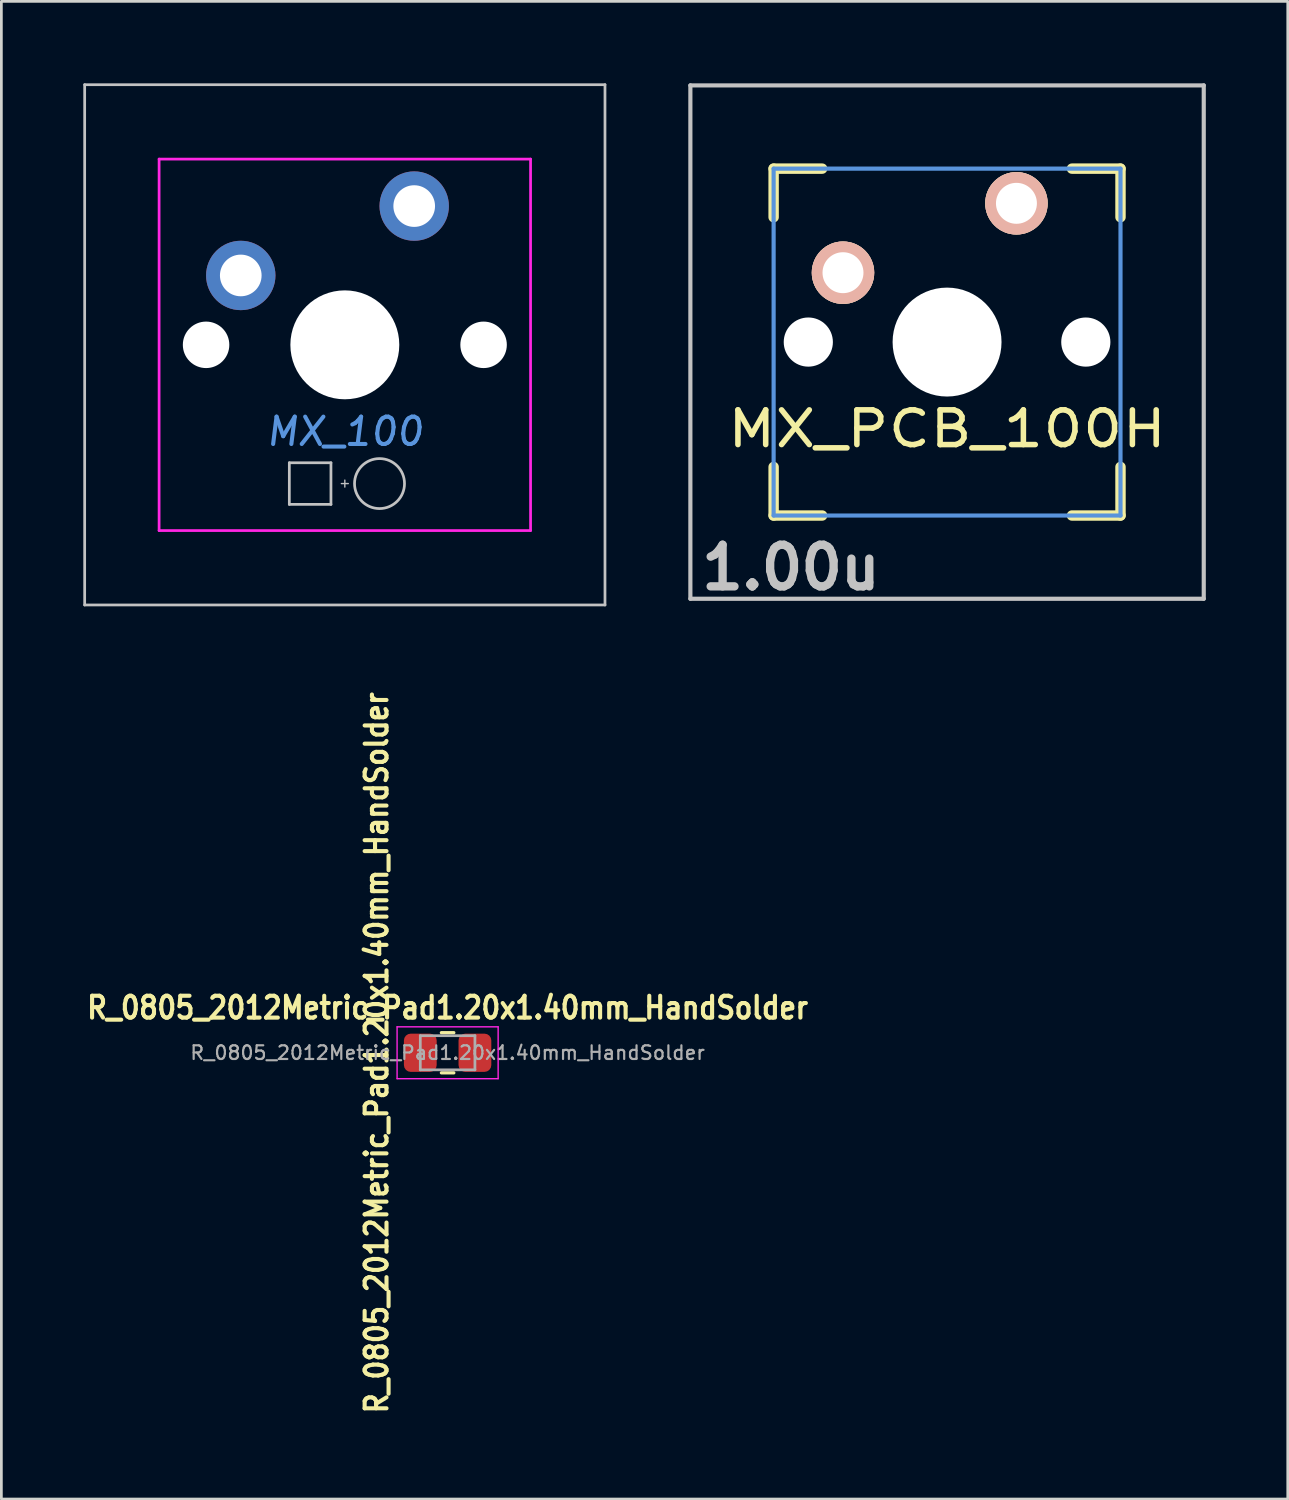
<source format=kicad_pcb>
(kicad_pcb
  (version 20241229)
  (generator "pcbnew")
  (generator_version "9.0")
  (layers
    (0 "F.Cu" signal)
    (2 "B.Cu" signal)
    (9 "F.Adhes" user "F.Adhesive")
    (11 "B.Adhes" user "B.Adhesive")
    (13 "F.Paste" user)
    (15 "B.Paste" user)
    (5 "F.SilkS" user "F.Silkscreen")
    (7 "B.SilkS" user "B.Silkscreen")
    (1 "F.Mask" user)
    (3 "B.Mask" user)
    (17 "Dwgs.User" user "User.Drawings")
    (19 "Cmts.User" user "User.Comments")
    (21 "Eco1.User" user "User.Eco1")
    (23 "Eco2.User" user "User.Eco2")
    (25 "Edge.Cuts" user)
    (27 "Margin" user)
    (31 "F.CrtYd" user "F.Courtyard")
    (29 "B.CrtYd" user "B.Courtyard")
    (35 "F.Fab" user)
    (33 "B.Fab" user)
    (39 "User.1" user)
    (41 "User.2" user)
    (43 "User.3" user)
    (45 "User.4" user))
  (footprint "MX_100"
    (layer "F.Cu")
    (at 9.61 9.448)
    (property "Reference" "MX_100" (at -0.035 3.302 180) (layer "Cmts.User") (effects (font (size 1 1) (thickness 0.15) (italic yes))))
    (attr through_hole)
    (fp_line (start -9.56 -9.398) (end -9.56 9.652) (stroke (width 0.1) (type solid)) (layer "Dwgs.User"))
    (fp_line (start -9.56 9.652) (end 9.49 9.652) (stroke (width 0.1) (type solid)) (layer "Dwgs.User"))
    (fp_line (start -2.067 5.969) (end -2.067 4.445) (stroke (width 0.1) (type solid)) (layer "Dwgs.User"))
    (fp_line (start -2.067 5.969) (end -0.543 5.969) (stroke (width 0.1) (type solid)) (layer "Dwgs.User"))
    (fp_line (start -0.543 4.445) (end -2.067 4.445) (stroke (width 0.1) (type solid)) (layer "Dwgs.User"))
    (fp_line (start -0.543 4.445) (end -0.543 5.969) (stroke (width 0.1) (type solid)) (layer "Dwgs.User"))
    (fp_line (start -0.035 5.08) (end -0.035 5.334) (stroke (width 0.05) (type solid)) (layer "Dwgs.User"))
    (fp_line (start 0.092 5.207) (end -0.162 5.207) (stroke (width 0.05) (type solid)) (layer "Dwgs.User"))
    (fp_line (start 9.49 -9.398) (end -9.56 -9.398) (stroke (width 0.1) (type solid)) (layer "Dwgs.User"))
    (fp_line (start 9.49 9.652) (end 9.49 -9.398) (stroke (width 0.1) (type solid)) (layer "Dwgs.User"))
    (fp_circle (center 1.235 5.207) (end 0.32 5.207) (stroke (width 0.1) (type solid)) (fill no) (layer "Dwgs.User"))
    (fp_line (start -8.036 -5.588) (end -8.036 -3.048) (stroke (width 0.1) (type solid)) (layer "Eco1.User"))
    (fp_line (start -8.036 5.842) (end -8.036 3.302) (stroke (width 0.1) (type solid)) (layer "Eco1.User"))
    (fp_line (start -7.782 -5.842) (end -7.274 -5.842) (stroke (width 0.1) (type solid)) (layer "Eco1.User"))
    (fp_line (start -7.782 -2.794) (end -7.274 -2.794) (stroke (width 0.1) (type solid)) (layer "Eco1.User"))
    (fp_line (start -7.782 3.048) (end -7.274 3.048) (stroke (width 0.1) (type solid)) (layer "Eco1.User"))
    (fp_line (start -7.782 6.096) (end -7.274 6.096) (stroke (width 0.1) (type solid)) (layer "Eco1.User"))
    (fp_line (start -7.02 -6.096) (end -7.02 -6.604) (stroke (width 0.1) (type solid)) (layer "Eco1.User"))
    (fp_line (start -7.02 2.794) (end -7.02 -2.54) (stroke (width 0.1) (type solid)) (layer "Eco1.User"))
    (fp_line (start -7.02 6.35) (end -7.02 6.858) (stroke (width 0.1) (type solid)) (layer "Eco1.User"))
    (fp_line (start -6.766 -6.858) (end 6.696 -6.858) (stroke (width 0.1) (type solid)) (layer "Eco1.User"))
    (fp_line (start -6.766 7.112) (end 6.696 7.112) (stroke (width 0.1) (type solid)) (layer "Eco1.User"))
    (fp_line (start -0.035 -2.159) (end -0.035 2.413) (stroke (width 0.1) (type solid)) (layer "Eco1.User"))
    (fp_line (start 2.124 0.127) (end -2.194 0.127) (stroke (width 0.1) (type solid)) (layer "Eco1.User"))
    (fp_line (start 6.95 -6.096) (end 6.95 -6.604) (stroke (width 0.1) (type solid)) (layer "Eco1.User"))
    (fp_line (start 6.95 -2.54) (end 6.95 2.794) (stroke (width 0.1) (type solid)) (layer "Eco1.User"))
    (fp_line (start 6.95 6.35) (end 6.95 6.858) (stroke (width 0.1) (type solid)) (layer "Eco1.User"))
    (fp_line (start 7.712 -5.842) (end 7.204 -5.842) (stroke (width 0.1) (type solid)) (layer "Eco1.User"))
    (fp_line (start 7.712 -2.794) (end 7.204 -2.794) (stroke (width 0.1) (type solid)) (layer "Eco1.User"))
    (fp_line (start 7.712 3.048) (end 7.204 3.048) (stroke (width 0.1) (type solid)) (layer "Eco1.User"))
    (fp_line (start 7.712 6.096) (end 7.204 6.096) (stroke (width 0.1) (type solid)) (layer "Eco1.User"))
    (fp_line (start 7.966 -5.588) (end 7.966 -3.048) (stroke (width 0.1) (type solid)) (layer "Eco1.User"))
    (fp_line (start 7.966 5.842) (end 7.966 3.302) (stroke (width 0.1) (type solid)) (layer "Eco1.User"))
    (fp_arc (start -8.0356 -5.5877) (mid -7.961205 -5.767305) (end -7.7816 -5.8417) (stroke (width 0.1) (type solid)) (layer "Eco1.User"))
    (fp_arc (start -8.0356 3.3023) (mid -7.961205 3.122695) (end -7.7816 3.0483) (stroke (width 0.1) (type solid)) (layer "Eco1.User"))
    (fp_arc (start -7.7816 -2.7937) (mid -7.961205 -2.868095) (end -8.0356 -3.0477) (stroke (width 0.1) (type solid)) (layer "Eco1.User"))
    (fp_arc (start -7.7816 6.0963) (mid -7.961205 6.021905) (end -8.0356 5.8423) (stroke (width 0.1) (type solid)) (layer "Eco1.User"))
    (fp_arc (start -7.2736 -2.7937) (mid -7.093995 -2.719305) (end -7.0196 -2.5397) (stroke (width 0.1) (type solid)) (layer "Eco1.User"))
    (fp_arc (start -7.2736 6.0963) (mid -7.093995 6.170695) (end -7.0196 6.3503) (stroke (width 0.1) (type solid)) (layer "Eco1.User"))
    (fp_arc (start -7.0196 -6.6037) (mid -6.945205 -6.783305) (end -6.7656 -6.8577) (stroke (width 0.1) (type solid)) (layer "Eco1.User"))
    (fp_arc (start -7.0196 -6.0957) (mid -7.093995 -5.916095) (end -7.2736 -5.8417) (stroke (width 0.1) (type solid)) (layer "Eco1.User"))
    (fp_arc (start -7.0196 2.7943) (mid -7.093995 2.973905) (end -7.2736 3.0483) (stroke (width 0.1) (type solid)) (layer "Eco1.User"))
    (fp_arc (start -6.7656 7.1123) (mid -6.945205 7.037905) (end -7.0196 6.8583) (stroke (width 0.1) (type solid)) (layer "Eco1.User"))
    (fp_arc (start 6.6964 -6.8577) (mid 6.876005 -6.783305) (end 6.9504 -6.6037) (stroke (width 0.1) (type solid)) (layer "Eco1.User"))
    (fp_arc (start 6.9504 -2.5397) (mid 7.024795 -2.719305) (end 7.2044 -2.7937) (stroke (width 0.1) (type solid)) (layer "Eco1.User"))
    (fp_arc (start 6.9504 6.3503) (mid 7.024795 6.170695) (end 7.2044 6.0963) (stroke (width 0.1) (type solid)) (layer "Eco1.User"))
    (fp_arc (start 6.9504 6.8583) (mid 6.876005 7.037905) (end 6.6964 7.1123) (stroke (width 0.1) (type solid)) (layer "Eco1.User"))
    (fp_arc (start 7.2044 -5.8417) (mid 7.024795 -5.916095) (end 6.9504 -6.0957) (stroke (width 0.1) (type solid)) (layer "Eco1.User"))
    (fp_arc (start 7.2044 3.0483) (mid 7.024795 2.973905) (end 6.9504 2.7943) (stroke (width 0.1) (type solid)) (layer "Eco1.User"))
    (fp_arc (start 7.7124 -5.8417) (mid 7.892005 -5.767305) (end 7.9664 -5.5877) (stroke (width 0.1) (type solid)) (layer "Eco1.User"))
    (fp_arc (start 7.7124 3.0483) (mid 7.892005 3.122695) (end 7.9664 3.3023) (stroke (width 0.1) (type solid)) (layer "Eco1.User"))
    (fp_arc (start 7.9664 -3.0477) (mid 7.892005 -2.868095) (end 7.7124 -2.7937) (stroke (width 0.1) (type solid)) (layer "Eco1.User"))
    (fp_arc (start 7.9664 5.8423) (mid 7.892005 6.021905) (end 7.7124 6.0963) (stroke (width 0.1) (type solid)) (layer "Eco1.User"))
    (fp_circle (center -0.035 0.127) (end -1.94 0.127) (stroke (width 0.1) (type solid)) (fill no) (layer "Eco1.User"))
    (fp_line (start -6.835 -6.673) (end -6.835 6.927) (stroke (width 0.1) (type solid)) (layer "F.CrtYd"))
    (fp_line (start 6.765 -6.673) (end -6.835 -6.673) (stroke (width 0.1) (type solid)) (layer "F.CrtYd"))
    (fp_line (start 6.765 -6.673) (end 6.765 6.927) (stroke (width 0.1) (type solid)) (layer "F.CrtYd"))
    (fp_line (start 6.765 6.927) (end -6.835 6.927) (stroke (width 0.1) (type solid)) (layer "F.CrtYd"))
    (pad "" np_thru_hole circle (at -5.115 0.127 180) (size 1.702 1.702) (drill 1.702) (layers "*.Cu" "*.Mask"))
    (pad "" np_thru_hole circle (at -0.035 0.127 180) (size 3.988 3.988) (drill 3.988) (layers "*.Cu" "*.Mask"))
    (pad "" np_thru_hole circle (at 5.045 0.127 180) (size 1.702 1.702) (drill 1.702) (layers "*.Cu" "*.Mask"))
    (pad "1" thru_hole circle (at -3.845 -2.413 90) (size 2.54 2.54) (drill 1.525) (layers "*.Cu" "*.Mask"))
    (pad "2" thru_hole circle (at 2.505 -4.953 180) (size 2.54 2.54) (drill 1.525) (layers "*.Cu" "*.Mask")))
  (footprint "MX_PCB_100H"
    (layer "F.Cu")
    (at 31.624 9.474)
    (property "Reference" "MX_PCB_100H" (at 0 3.175 0) (layer "F.SilkS") (effects (font (size 1.27 1.524) (thickness 0.203))))
    (attr through_hole)
    (fp_line (start -6.35 -6.35) (end -4.572 -6.35) (stroke (width 0.381) (type solid)) (layer "F.SilkS"))
    (fp_line (start -6.35 -4.572) (end -6.35 -6.35) (stroke (width 0.381) (type solid)) (layer "F.SilkS"))
    (fp_line (start -6.35 6.35) (end -6.35 4.572) (stroke (width 0.381) (type solid)) (layer "F.SilkS"))
    (fp_line (start -4.572 6.35) (end -6.35 6.35) (stroke (width 0.381) (type solid)) (layer "F.SilkS"))
    (fp_line (start 4.572 -6.35) (end 6.35 -6.35) (stroke (width 0.381) (type solid)) (layer "F.SilkS"))
    (fp_line (start 6.35 -6.35) (end 6.35 -4.572) (stroke (width 0.381) (type solid)) (layer "F.SilkS"))
    (fp_line (start 6.35 4.572) (end 6.35 6.35) (stroke (width 0.381) (type solid)) (layer "F.SilkS"))
    (fp_line (start 6.35 6.35) (end 4.572 6.35) (stroke (width 0.381) (type solid)) (layer "F.SilkS"))
    (fp_line (start -9.398 -9.398) (end 9.398 -9.398) (stroke (width 0.152) (type solid)) (layer "Dwgs.User"))
    (fp_line (start -9.398 9.398) (end -9.398 -9.398) (stroke (width 0.152) (type solid)) (layer "Dwgs.User"))
    (fp_line (start 9.398 -9.398) (end 9.398 9.398) (stroke (width 0.152) (type solid)) (layer "Dwgs.User"))
    (fp_line (start 9.398 9.398) (end -9.398 9.398) (stroke (width 0.152) (type solid)) (layer "Dwgs.User"))
    (fp_line (start -6.35 -6.35) (end 6.35 -6.35) (stroke (width 0.152) (type solid)) (layer "Cmts.User"))
    (fp_line (start -6.35 6.35) (end -6.35 -6.35) (stroke (width 0.152) (type solid)) (layer "Cmts.User"))
    (fp_line (start 6.35 -6.35) (end 6.35 6.35) (stroke (width 0.152) (type solid)) (layer "Cmts.User"))
    (fp_line (start 6.35 6.35) (end -6.35 6.35) (stroke (width 0.152) (type solid)) (layer "Cmts.User"))
    (fp_line (start -6.985 -6.985) (end 6.985 -6.985) (stroke (width 0.152) (type solid)) (layer "Eco2.User"))
    (fp_line (start -6.985 6.985) (end -6.985 -6.985) (stroke (width 0.152) (type solid)) (layer "Eco2.User"))
    (fp_line (start 6.985 -6.985) (end 6.985 6.985) (stroke (width 0.152) (type solid)) (layer "Eco2.User"))
    (fp_line (start 6.985 6.985) (end -6.985 6.985) (stroke (width 0.152) (type solid)) (layer "Eco2.User"))
    (fp_text user "1.00u" (at -5.715 8.255 0) (layer "Dwgs.User") (effects (font (size 1.524 1.524) (thickness 0.305))))
    (pad "" np_thru_hole circle (at -5.08 0) (size 1.8 1.8) (drill 1.8) (layers "*.Cu" "*.Mask"))
    (pad "" np_thru_hole circle (at 0 0) (size 3.988 3.988) (drill 3.988) (layers "*.Cu" "*.Mask"))
    (pad "" np_thru_hole circle (at 5.08 0) (size 1.8 1.8) (drill 1.8) (layers "*.Cu" "*.Mask"))
    (pad "1" thru_hole circle (at -3.81 -2.54) (size 2.286 2.286) (drill 1.499) (layers "*.Cu" "*.SilkS" "*.Mask"))
    (pad "2" thru_hole circle (at 2.54 -5.08) (size 2.286 2.286) (drill 1.499) (layers "*.Cu" "*.SilkS" "*.Mask")))
  (footprint "R_0805_2012Metric_Pad1.20x1.40mm_HandSolder"
    (layer "F.Cu")
    (at 13.338 35.494)
    (property "Reference" "R_0805_2012Metric_Pad1.20x1.40mm_HandSolder" (at 0 -1.65 0) (layer "F.SilkS") (effects (font (size 0.8 0.7) (thickness 0.15))))
    (property "Value" "R_0805_2012Metric_Pad1.20x1.40mm_HandSolder" (at 0 1.65 0) (layer "F.Fab") (hide yes) (effects (font (size 1 1) (thickness 0.15))))
    (attr smd)
    (fp_line (start -0.227 -0.735) (end 0.227 -0.735) (stroke (width 0.12) (type solid)) (layer "F.SilkS"))
    (fp_line (start -0.227 0.735) (end 0.227 0.735) (stroke (width 0.12) (type solid)) (layer "F.SilkS"))
    (fp_line (start -1.85 -0.95) (end 1.85 -0.95) (stroke (width 0.05) (type solid)) (layer "F.CrtYd"))
    (fp_line (start -1.85 0.95) (end -1.85 -0.95) (stroke (width 0.05) (type solid)) (layer "F.CrtYd"))
    (fp_line (start 1.85 -0.95) (end 1.85 0.95) (stroke (width 0.05) (type solid)) (layer "F.CrtYd"))
    (fp_line (start 1.85 0.95) (end -1.85 0.95) (stroke (width 0.05) (type solid)) (layer "F.CrtYd"))
    (fp_line (start -1 -0.625) (end 1 -0.625) (stroke (width 0.1) (type solid)) (layer "F.Fab"))
    (fp_line (start -1 0.625) (end -1 -0.625) (stroke (width 0.1) (type solid)) (layer "F.Fab"))
    (fp_line (start 1 -0.625) (end 1 0.625) (stroke (width 0.1) (type solid)) (layer "F.Fab"))
    (fp_line (start 1 0.625) (end -1 0.625) (stroke (width 0.1) (type solid)) (layer "F.Fab"))
    (fp_text user "${VALUE}" (at -2.6 0 90) (unlocked yes) (layer "F.SilkS") (effects (font (size 0.8 0.7) (thickness 0.15))))
    (fp_text user "${REFERENCE}" (at 0 0 0) (layer "F.Fab") (effects (font (size 0.5 0.5) (thickness 0.08))))
    (pad "1" smd roundrect (at -1 0) (size 1.2 1.4) (layers "F.Cu" "F.Mask" "F.Paste") (roundrect_rratio 0.208))
    (pad "2" smd roundrect (at 1 0) (size 1.2 1.4) (layers "F.Cu" "F.Mask" "F.Paste") (roundrect_rratio 0.208)))
  (gr_rect
    (start -3 -3)
    (end 44.098 51.832)
    (stroke (width 0.1) (type default))
    (fill no)
    (layer "Edge.Cuts")))
</source>
